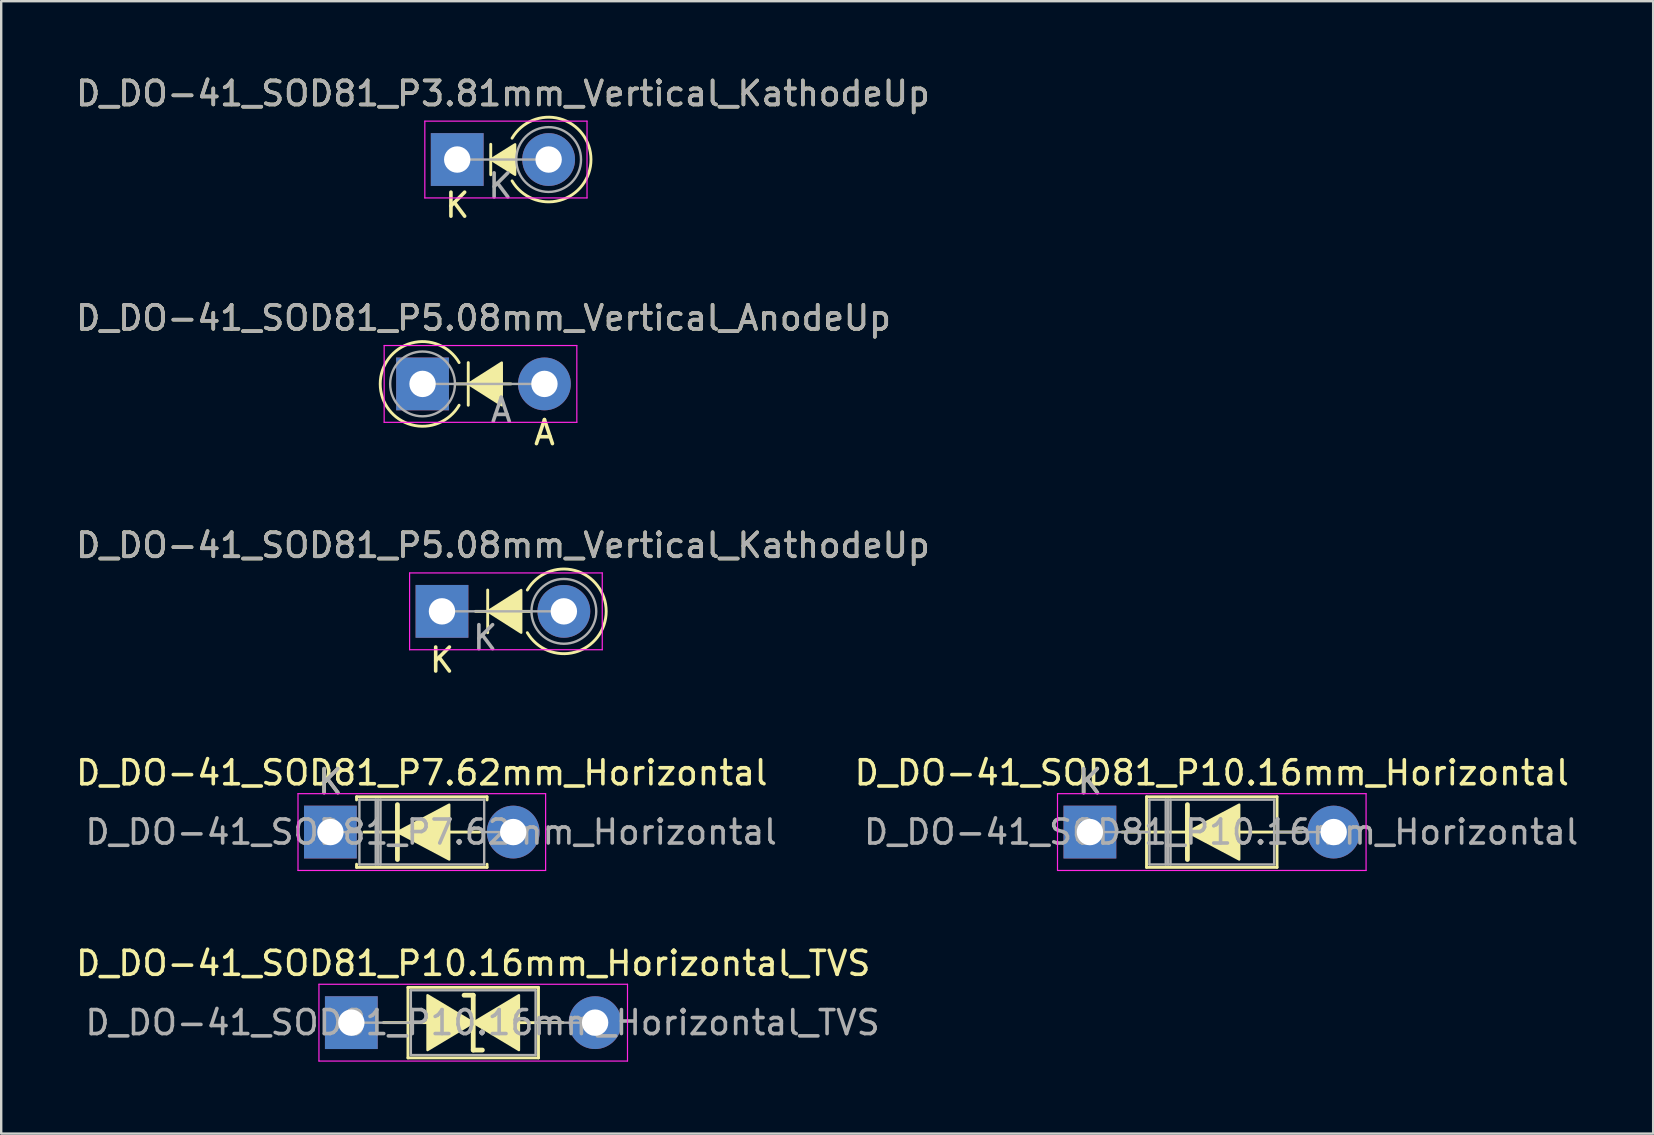
<source format=kicad_pcb>
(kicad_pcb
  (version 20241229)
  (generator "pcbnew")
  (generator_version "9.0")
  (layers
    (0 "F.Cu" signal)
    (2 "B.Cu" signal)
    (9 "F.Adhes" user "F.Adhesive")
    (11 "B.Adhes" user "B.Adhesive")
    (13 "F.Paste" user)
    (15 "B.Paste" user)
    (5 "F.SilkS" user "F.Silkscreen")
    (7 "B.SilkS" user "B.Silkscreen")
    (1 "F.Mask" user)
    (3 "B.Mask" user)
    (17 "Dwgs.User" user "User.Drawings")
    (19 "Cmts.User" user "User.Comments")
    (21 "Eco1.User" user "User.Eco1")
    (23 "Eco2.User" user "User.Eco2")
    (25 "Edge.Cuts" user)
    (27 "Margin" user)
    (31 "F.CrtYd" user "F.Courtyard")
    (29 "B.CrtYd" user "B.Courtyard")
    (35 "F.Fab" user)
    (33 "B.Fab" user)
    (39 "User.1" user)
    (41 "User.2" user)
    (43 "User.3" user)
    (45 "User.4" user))
  (footprint "D_DO-41_SOD81_P3.81mm_Vertical_KathodeUp"
    (layer "F.Cu")
    (at 16.006 3.599)
    (property "Reference" "D_DO-41_SOD81_P3.81mm_Vertical_KathodeUp" (at 1.905 -2.751 0) (layer "F.SilkS") (effects (font (size 1 1) (thickness 0.15))))
    (attr through_hole)
    (fp_line (start 1.397 -0.635) (end 1.397 0.635) (stroke (width 0.12) (type solid)) (layer "F.SilkS"))
    (fp_arc (start 2.286 -0.888999) (mid 5.574339 0.000001) (end 2.286 0.889) (stroke (width 0.12) (type solid)) (layer "F.SilkS"))
    (fp_poly (pts (xy 2.413 0.635) (xy 1.397 0) (xy 2.413 -0.635)) (stroke (width 0.1) (type solid)) (fill yes) (layer "F.SilkS"))
    (fp_line (start -1.35 -1.6) (end -1.35 1.6) (stroke (width 0.05) (type solid)) (layer "F.CrtYd"))
    (fp_line (start -1.35 1.6) (end 5.41 1.6) (stroke (width 0.05) (type solid)) (layer "F.CrtYd"))
    (fp_line (start 5.41 -1.6) (end -1.35 -1.6) (stroke (width 0.05) (type solid)) (layer "F.CrtYd"))
    (fp_line (start 5.41 1.6) (end 5.41 -1.6) (stroke (width 0.05) (type solid)) (layer "F.CrtYd"))
    (fp_line (start 0 0) (end 3.81 0) (stroke (width 0.1) (type solid)) (layer "F.Fab"))
    (fp_circle (center 3.81 0) (end 5.16 0) (stroke (width 0.1) (type solid)) (fill no) (layer "F.Fab"))
    (fp_text user "K" (at 0 1.905 0) (layer "F.SilkS") (effects (font (size 1 1) (thickness 0.15))))
    (fp_text user "K" (at 1.8 1.1 0) (layer "F.Fab") (effects (font (size 1 1) (thickness 0.15))))
    (fp_text user "${REFERENCE}" (at 1.905 -2.751 0) (layer "F.Fab") (effects (font (size 1 1) (thickness 0.15))))
    (pad "1" thru_hole rect (at 0 0) (size 2.2 2.2) (drill 1.1) (layers "*.Cu" "*.Mask"))
    (pad "2" thru_hole oval (at 3.81 0) (size 2.2 2.2) (drill 1.1) (layers "*.Cu" "*.Mask")))
  (footprint "D_DO-41_SOD81_P5.08mm_Vertical_AnodeUp"
    (layer "F.Cu")
    (at 14.561 12.951)
    (property "Reference" "D_DO-41_SOD81_P5.08mm_Vertical_AnodeUp" (at 2.54 -2.751 0) (layer "F.SilkS") (effects (font (size 1 1) (thickness 0.15))))
    (attr through_hole)
    (fp_line (start 1.905 -0.889) (end 1.905 0.889) (stroke (width 0.12) (type solid)) (layer "F.SilkS"))
    (fp_line (start 3.683 0) (end 1.397 0) (stroke (width 0.12) (type solid)) (layer "F.SilkS"))
    (fp_arc (start 1.523999 0.889) (mid -1.76434 0) (end 1.523999 -0.888999) (stroke (width 0.12) (type solid)) (layer "F.SilkS"))
    (fp_poly (pts (xy 3.302 0.889) (xy 1.905 0) (xy 3.302 -0.889)) (stroke (width 0.1) (type solid)) (fill yes) (layer "F.SilkS"))
    (fp_line (start -1.6 -1.6) (end -1.6 1.6) (stroke (width 0.05) (type solid)) (layer "F.CrtYd"))
    (fp_line (start -1.6 1.6) (end 6.43 1.6) (stroke (width 0.05) (type solid)) (layer "F.CrtYd"))
    (fp_line (start 6.43 -1.6) (end -1.6 -1.6) (stroke (width 0.05) (type solid)) (layer "F.CrtYd"))
    (fp_line (start 6.43 1.6) (end 6.43 -1.6) (stroke (width 0.05) (type solid)) (layer "F.CrtYd"))
    (fp_line (start 0 0) (end 5.08 0) (stroke (width 0.1) (type solid)) (layer "F.Fab"))
    (fp_circle (center 0 0) (end 1.35 0) (stroke (width 0.1) (type solid)) (fill no) (layer "F.Fab"))
    (fp_text user "A" (at 5.08 2.032 0) (layer "F.SilkS") (effects (font (size 1 1) (thickness 0.15))))
    (fp_text user "${REFERENCE}" (at 2.54 -2.751 0) (layer "F.Fab") (effects (font (size 1 1) (thickness 0.15))))
    (fp_text user "A" (at 3.28 1.1 0) (layer "F.Fab") (effects (font (size 1 1) (thickness 0.15))))
    (pad "1" thru_hole rect (at 0 0) (size 2.2 2.2) (drill 1.1) (layers "*.Cu" "*.Mask"))
    (pad "2" thru_hole oval (at 5.08 0) (size 2.2 2.2) (drill 1.1) (layers "*.Cu" "*.Mask")))
  (footprint "D_DO-41_SOD81_P7.62mm_Horizontal"
    (layer "F.Cu")
    (at 10.72 31.629)
    (property "Reference" "D_DO-41_SOD81_P7.62mm_Horizontal" (at 3.81 -2.47 0) (layer "F.SilkS") (effects (font (size 1 1) (thickness 0.15))))
    (attr through_hole)
    (fp_line (start 1.09 -1.47) (end 6.53 -1.47) (stroke (width 0.12) (type solid)) (layer "F.SilkS"))
    (fp_line (start 1.09 -1.34) (end 1.09 -1.47) (stroke (width 0.12) (type solid)) (layer "F.SilkS"))
    (fp_line (start 1.09 1.34) (end 1.09 1.47) (stroke (width 0.12) (type solid)) (layer "F.SilkS"))
    (fp_line (start 1.09 1.47) (end 6.53 1.47) (stroke (width 0.12) (type solid)) (layer "F.SilkS"))
    (fp_line (start 2.794 -1.143) (end 2.794 1.143) (stroke (width 0.2) (type solid)) (layer "F.SilkS"))
    (fp_line (start 2.794 0) (end 1.397 0) (stroke (width 0.12) (type solid)) (layer "F.SilkS"))
    (fp_line (start 4.953 0) (end 6.223 0) (stroke (width 0.12) (type solid)) (layer "F.SilkS"))
    (fp_line (start 6.53 -1.47) (end 6.53 -1.34) (stroke (width 0.12) (type solid)) (layer "F.SilkS"))
    (fp_line (start 6.53 1.47) (end 6.53 1.34) (stroke (width 0.12) (type solid)) (layer "F.SilkS"))
    (fp_poly (pts (xy 4.953 1.143) (xy 2.794 0) (xy 4.953 -1.143)) (stroke (width 0.1) (type solid)) (fill yes) (layer "F.SilkS"))
    (fp_line (start -1.35 -1.6) (end -1.35 1.6) (stroke (width 0.05) (type solid)) (layer "F.CrtYd"))
    (fp_line (start -1.35 1.6) (end 8.97 1.6) (stroke (width 0.05) (type solid)) (layer "F.CrtYd"))
    (fp_line (start 8.97 -1.6) (end -1.35 -1.6) (stroke (width 0.05) (type solid)) (layer "F.CrtYd"))
    (fp_line (start 8.97 1.6) (end 8.97 -1.6) (stroke (width 0.05) (type solid)) (layer "F.CrtYd"))
    (fp_line (start 0 0) (end 1.21 0) (stroke (width 0.1) (type solid)) (layer "F.Fab"))
    (fp_line (start 1.21 -1.35) (end 1.21 1.35) (stroke (width 0.1) (type solid)) (layer "F.Fab"))
    (fp_line (start 1.21 1.35) (end 6.41 1.35) (stroke (width 0.1) (type solid)) (layer "F.Fab"))
    (fp_line (start 1.89 -1.35) (end 1.89 1.35) (stroke (width 0.1) (type solid)) (layer "F.Fab"))
    (fp_line (start 1.99 -1.35) (end 1.99 1.35) (stroke (width 0.1) (type solid)) (layer "F.Fab"))
    (fp_line (start 2.09 -1.35) (end 2.09 1.35) (stroke (width 0.1) (type solid)) (layer "F.Fab"))
    (fp_line (start 6.41 -1.35) (end 1.21 -1.35) (stroke (width 0.1) (type solid)) (layer "F.Fab"))
    (fp_line (start 6.41 1.35) (end 6.41 -1.35) (stroke (width 0.1) (type solid)) (layer "F.Fab"))
    (fp_line (start 7.62 0) (end 6.41 0) (stroke (width 0.1) (type solid)) (layer "F.Fab"))
    (fp_text user "K" (at 0 -2.1 0) (layer "F.SilkS") (effects (font (size 1 1) (thickness 0.15))))
    (fp_text user "K" (at 0 -2.1 0) (layer "F.Fab") (effects (font (size 1 1) (thickness 0.15))))
    (fp_text user "${REFERENCE}" (at 4.2 0 0) (layer "F.Fab") (effects (font (size 1 1) (thickness 0.15))))
    (pad "1" thru_hole rect (at 0 0) (size 2.2 2.2) (drill 1.1) (layers "*.Cu" "*.Mask"))
    (pad "2" thru_hole oval (at 7.62 0) (size 2.2 2.2) (drill 1.1) (layers "*.Cu" "*.Mask")))
  (footprint "D_DO-41_SOD81_P5.08mm_Vertical_KathodeUp"
    (layer "F.Cu")
    (at 15.371 22.43)
    (property "Reference" "D_DO-41_SOD81_P5.08mm_Vertical_KathodeUp" (at 2.54 -2.751 0) (layer "F.SilkS") (effects (font (size 1 1) (thickness 0.15))))
    (attr through_hole)
    (fp_line (start 1.905 -0.889) (end 1.905 0.889) (stroke (width 0.12) (type solid)) (layer "F.SilkS"))
    (fp_line (start 3.683 0) (end 1.397 0) (stroke (width 0.12) (type solid)) (layer "F.SilkS"))
    (fp_arc (start 3.556 -0.888999) (mid 6.844339 0.000001) (end 3.556 0.889) (stroke (width 0.12) (type solid)) (layer "F.SilkS"))
    (fp_poly (pts (xy 3.302 0.889) (xy 1.905 0) (xy 3.302 -0.889)) (stroke (width 0.1) (type solid)) (fill yes) (layer "F.SilkS"))
    (fp_line (start -1.35 -1.6) (end -1.35 1.6) (stroke (width 0.05) (type solid)) (layer "F.CrtYd"))
    (fp_line (start -1.35 1.6) (end 6.68 1.6) (stroke (width 0.05) (type solid)) (layer "F.CrtYd"))
    (fp_line (start 6.68 -1.6) (end -1.35 -1.6) (stroke (width 0.05) (type solid)) (layer "F.CrtYd"))
    (fp_line (start 6.68 1.6) (end 6.68 -1.6) (stroke (width 0.05) (type solid)) (layer "F.CrtYd"))
    (fp_line (start 0 0) (end 5.08 0) (stroke (width 0.1) (type solid)) (layer "F.Fab"))
    (fp_circle (center 5.08 0) (end 6.43 0) (stroke (width 0.1) (type solid)) (fill no) (layer "F.Fab"))
    (fp_text user "K" (at 0 2.032 0) (layer "F.SilkS") (effects (font (size 1 1) (thickness 0.15))))
    (fp_text user "K" (at 1.8 1.1 0) (layer "F.Fab") (effects (font (size 1 1) (thickness 0.15))))
    (fp_text user "${REFERENCE}" (at 2.54 -2.751 0) (layer "F.Fab") (effects (font (size 1 1) (thickness 0.15))))
    (pad "1" thru_hole rect (at 0 0) (size 2.2 2.2) (drill 1.1) (layers "*.Cu" "*.Mask"))
    (pad "2" thru_hole oval (at 5.08 0) (size 2.2 2.2) (drill 1.1) (layers "*.Cu" "*.Mask")))
  (footprint "D_DO-41_SOD81_P10.16mm_Horizontal"
    (layer "F.Cu")
    (at 42.375 31.629)
    (property "Reference" "D_DO-41_SOD81_P10.16mm_Horizontal" (at 5.08 -2.47 0) (layer "F.SilkS") (effects (font (size 1 1) (thickness 0.15))))
    (attr through_hole)
    (fp_line (start 1.34 0) (end 2.36 0) (stroke (width 0.12) (type solid)) (layer "F.SilkS"))
    (fp_line (start 2.36 -1.47) (end 2.36 1.47) (stroke (width 0.12) (type solid)) (layer "F.SilkS"))
    (fp_line (start 2.36 1.47) (end 7.8 1.47) (stroke (width 0.12) (type solid)) (layer "F.SilkS"))
    (fp_line (start 4.064 -1.143) (end 4.064 1.143) (stroke (width 0.2) (type solid)) (layer "F.SilkS"))
    (fp_line (start 4.064 0) (end 2.36 0) (stroke (width 0.12) (type solid)) (layer "F.SilkS"))
    (fp_line (start 6.223 0) (end 7.8 0) (stroke (width 0.12) (type solid)) (layer "F.SilkS"))
    (fp_line (start 7.8 -1.47) (end 2.36 -1.47) (stroke (width 0.12) (type solid)) (layer "F.SilkS"))
    (fp_line (start 7.8 1.47) (end 7.8 -1.47) (stroke (width 0.12) (type solid)) (layer "F.SilkS"))
    (fp_line (start 8.82 0) (end 7.8 0) (stroke (width 0.12) (type solid)) (layer "F.SilkS"))
    (fp_poly (pts (xy 6.223 1.143) (xy 4.064 0) (xy 6.223 -1.143)) (stroke (width 0.1) (type solid)) (fill yes) (layer "F.SilkS"))
    (fp_line (start -1.35 -1.6) (end -1.35 1.6) (stroke (width 0.05) (type solid)) (layer "F.CrtYd"))
    (fp_line (start -1.35 1.6) (end 11.51 1.6) (stroke (width 0.05) (type solid)) (layer "F.CrtYd"))
    (fp_line (start 11.51 -1.6) (end -1.35 -1.6) (stroke (width 0.05) (type solid)) (layer "F.CrtYd"))
    (fp_line (start 11.51 1.6) (end 11.51 -1.6) (stroke (width 0.05) (type solid)) (layer "F.CrtYd"))
    (fp_line (start 0 0) (end 2.48 0) (stroke (width 0.1) (type solid)) (layer "F.Fab"))
    (fp_line (start 2.48 -1.35) (end 2.48 1.35) (stroke (width 0.1) (type solid)) (layer "F.Fab"))
    (fp_line (start 2.48 1.35) (end 7.68 1.35) (stroke (width 0.1) (type solid)) (layer "F.Fab"))
    (fp_line (start 3.16 -1.35) (end 3.16 1.35) (stroke (width 0.1) (type solid)) (layer "F.Fab"))
    (fp_line (start 3.26 -1.35) (end 3.26 1.35) (stroke (width 0.1) (type solid)) (layer "F.Fab"))
    (fp_line (start 3.36 -1.35) (end 3.36 1.35) (stroke (width 0.1) (type solid)) (layer "F.Fab"))
    (fp_line (start 7.68 -1.35) (end 2.48 -1.35) (stroke (width 0.1) (type solid)) (layer "F.Fab"))
    (fp_line (start 7.68 1.35) (end 7.68 -1.35) (stroke (width 0.1) (type solid)) (layer "F.Fab"))
    (fp_line (start 10.16 0) (end 7.68 0) (stroke (width 0.1) (type solid)) (layer "F.Fab"))
    (fp_text user "K" (at 0 -2.1 0) (layer "F.SilkS") (effects (font (size 1 1) (thickness 0.15))))
    (fp_text user "K" (at 0 -2.1 0) (layer "F.Fab") (effects (font (size 1 1) (thickness 0.15))))
    (fp_text user "${REFERENCE}" (at 5.47 0 0) (layer "F.Fab") (effects (font (size 1 1) (thickness 0.15))))
    (pad "1" thru_hole rect (at 0 0) (size 2.2 2.2) (drill 1.1) (layers "*.Cu" "*.Mask"))
    (pad "2" thru_hole oval (at 10.16 0) (size 2.2 2.2) (drill 1.1) (layers "*.Cu" "*.Mask")))
  (footprint "D_DO-41_SOD81_P10.16mm_Horizontal_TVS"
    (layer "F.Cu")
    (at 11.593 39.572)
    (property "Reference" "D_DO-41_SOD81_P10.16mm_Horizontal_TVS" (at 5.08 -2.47 0) (layer "F.SilkS") (effects (font (size 1 1) (thickness 0.15))))
    (attr through_hole)
    (fp_line (start 1.34 0) (end 2.36 0) (stroke (width 0.12) (type solid)) (layer "F.SilkS"))
    (fp_line (start 2.36 -1.47) (end 2.36 1.47) (stroke (width 0.12) (type solid)) (layer "F.SilkS"))
    (fp_line (start 2.36 0) (end 3.175 0) (stroke (width 0.12) (type solid)) (layer "F.SilkS"))
    (fp_line (start 2.36 1.47) (end 7.8 1.47) (stroke (width 0.12) (type solid)) (layer "F.SilkS"))
    (fp_line (start 5.08 -1.143) (end 4.699 -1.143) (stroke (width 0.2) (type solid)) (layer "F.SilkS"))
    (fp_line (start 5.08 1.143) (end 5.08 -1.143) (stroke (width 0.2) (type solid)) (layer "F.SilkS"))
    (fp_line (start 5.461 1.143) (end 5.08 1.143) (stroke (width 0.2) (type solid)) (layer "F.SilkS"))
    (fp_line (start 6.985 0) (end 7.8 0) (stroke (width 0.12) (type solid)) (layer "F.SilkS"))
    (fp_line (start 7.8 -1.47) (end 2.36 -1.47) (stroke (width 0.12) (type solid)) (layer "F.SilkS"))
    (fp_line (start 7.8 1.47) (end 7.8 -1.47) (stroke (width 0.12) (type solid)) (layer "F.SilkS"))
    (fp_line (start 8.82 0) (end 7.8 0) (stroke (width 0.12) (type solid)) (layer "F.SilkS"))
    (fp_poly (pts (xy 5.08 0) (xy 3.175 1.143) (xy 3.175 -1.143)) (stroke (width 0.1) (type solid)) (fill yes) (layer "F.SilkS"))
    (fp_poly (pts (xy 5.08 0) (xy 6.985 -1.143) (xy 6.985 1.143)) (stroke (width 0.1) (type solid)) (fill yes) (layer "F.SilkS"))
    (fp_line (start -1.35 -1.6) (end -1.35 1.6) (stroke (width 0.05) (type solid)) (layer "F.CrtYd"))
    (fp_line (start -1.35 1.6) (end 11.51 1.6) (stroke (width 0.05) (type solid)) (layer "F.CrtYd"))
    (fp_line (start 11.51 -1.6) (end -1.35 -1.6) (stroke (width 0.05) (type solid)) (layer "F.CrtYd"))
    (fp_line (start 11.51 1.6) (end 11.51 -1.6) (stroke (width 0.05) (type solid)) (layer "F.CrtYd"))
    (fp_line (start 0 0) (end 2.48 0) (stroke (width 0.1) (type solid)) (layer "F.Fab"))
    (fp_line (start 2.48 -1.35) (end 2.48 1.35) (stroke (width 0.1) (type solid)) (layer "F.Fab"))
    (fp_line (start 2.48 1.35) (end 7.68 1.35) (stroke (width 0.1) (type solid)) (layer "F.Fab"))
    (fp_line (start 7.68 -1.35) (end 2.48 -1.35) (stroke (width 0.1) (type solid)) (layer "F.Fab"))
    (fp_line (start 7.68 1.35) (end 7.68 -1.35) (stroke (width 0.1) (type solid)) (layer "F.Fab"))
    (fp_line (start 10.16 0) (end 7.68 0) (stroke (width 0.1) (type solid)) (layer "F.Fab"))
    (fp_text user "${REFERENCE}" (at 5.47 0 0) (layer "F.Fab") (effects (font (size 1 1) (thickness 0.15))))
    (pad "1" thru_hole rect (at 0 0) (size 2.2 2.2) (drill 1.1) (layers "*.Cu" "*.Mask"))
    (pad "2" thru_hole oval (at 10.16 0) (size 2.2 2.2) (drill 1.1) (layers "*.Cu" "*.Mask")))
  (gr_rect
    (start -3 -3)
    (end 65.851 44.197)
    (stroke (width 0.1) (type default))
    (fill no)
    (layer "Edge.Cuts")))
</source>
